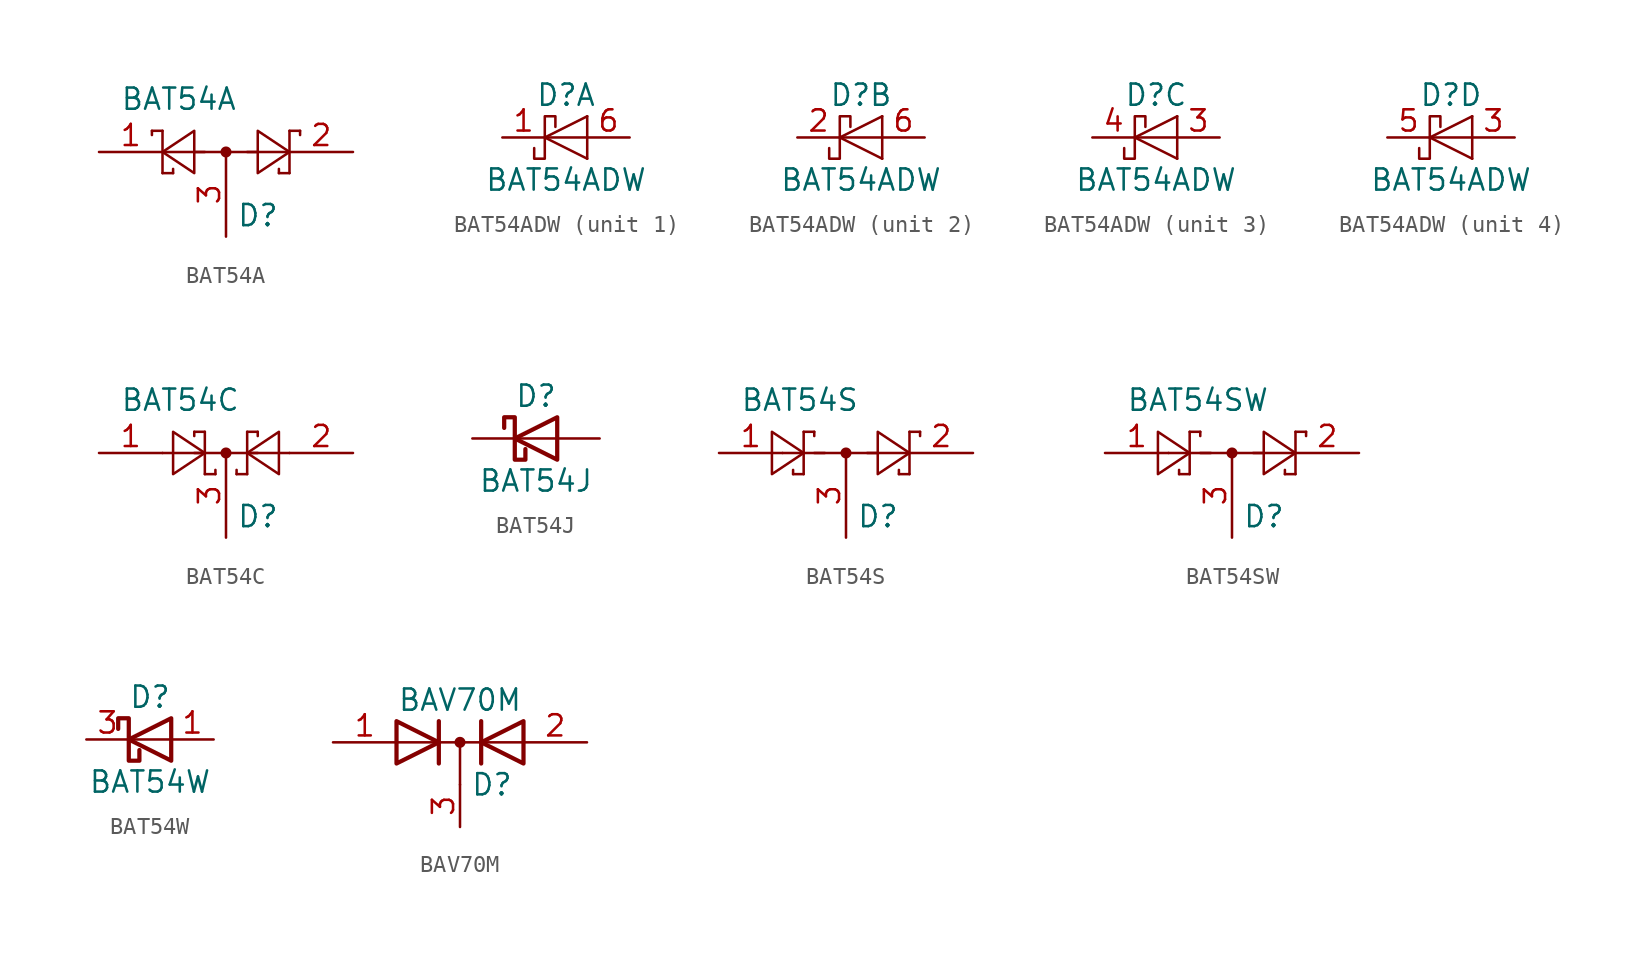
<source format=kicad_sym>
(kicad_symbol_lib
  (version 20211014)
  (generator kicad_symbol_editor)
  (symbol "BAT54A"
    (pin_names
      (offset 1.016))
    (property "Reference" "D"
      (at 0.635 -3.81 0)
      (effects (font (size 1.27 1.27)) (justify left)))
    (property "Value" "BAT54A"
      (at -6.35 3.175 0)
      (effects (font (size 1.27 1.27)) (justify left)))
    (symbol "BAT54A_0_1"
      (polyline (pts (xy -4.445 1.27) (xy -4.445 1.016)) (stroke (width 0) (type default) (color 0 0 0 0)) (fill (type none)))
      (polyline (pts (xy -3.81 -1.27) (xy -3.81 1.27)) (stroke (width 0) (type default) (color 0 0 0 0)) (fill (type none)))
      (polyline (pts (xy -3.81 -1.27) (xy -3.175 -1.27)) (stroke (width 0) (type default) (color 0 0 0 0)) (fill (type none)))
      (polyline (pts (xy -3.81 0) (xy -1.27 0)) (stroke (width 0) (type default) (color 0 0 0 0)) (fill (type none)))
      (polyline (pts (xy -3.81 1.27) (xy -4.445 1.27)) (stroke (width 0) (type default) (color 0 0 0 0)) (fill (type none)))
      (polyline (pts (xy -3.175 -1.27) (xy -3.175 -1.016)) (stroke (width 0) (type default) (color 0 0 0 0)) (fill (type none)))
      (polyline (pts (xy -1.905 0) (xy 1.905 0)) (stroke (width 0) (type default) (color 0 0 0 0)) (fill (type none)))
      (polyline (pts (xy 1.27 0) (xy 3.81 0)) (stroke (width 0) (type default) (color 0 0 0 0)) (fill (type none)))
      (polyline (pts (xy 3.175 -1.27) (xy 3.175 -1.016)) (stroke (width 0) (type default) (color 0 0 0 0)) (fill (type none)))
      (polyline (pts (xy 3.81 -1.27) (xy 3.175 -1.27)) (stroke (width 0) (type default) (color 0 0 0 0)) (fill (type none)))
      (polyline (pts (xy 3.81 -1.27) (xy 3.81 1.27)) (stroke (width 0) (type default) (color 0 0 0 0)) (fill (type none)))
      (polyline (pts (xy 3.81 1.27) (xy 4.445 1.27)) (stroke (width 0) (type default) (color 0 0 0 0)) (fill (type none)))
      (polyline (pts (xy 4.445 1.27) (xy 4.445 1.016)) (stroke (width 0) (type default) (color 0 0 0 0)) (fill (type none)))
      (polyline (pts (xy -1.905 1.27) (xy -1.905 -1.27) (xy -3.81 0) (xy -1.905 1.27)) (stroke (width 0) (type default) (color 0 0 0 0)) (fill (type none)))
      (polyline (pts (xy 1.905 1.27) (xy 1.905 -1.27) (xy 3.81 0) (xy 1.905 1.27)) (stroke (width 0) (type default) (color 0 0 0 0)) (fill (type none)))
      (circle (center 0 0) (radius 0.254) (stroke (width 0) (type default) (color 0 0 0 0)) (fill (type outline))))
    (symbol "BAT54A_1_1"
      (pin passive line (at -7.62 0 0) (length 3.81) (name "~" (effects (font (size 1.27 1.27)))) (number "1" (effects (font (size 1.27 1.27)))))
      (pin passive line (at 7.62 0 180) (length 3.81) (name "~" (effects (font (size 1.27 1.27)))) (number "2" (effects (font (size 1.27 1.27)))))
      (pin passive line (at 0 -5.08 90) (length 5.08) (name "~" (effects (font (size 1.27 1.27)))) (number "3" (effects (font (size 1.27 1.27)))))))
  (symbol "BAT54ADW"
    (pin_names
      (offset 1.016) hide)
    (property "Reference" "D"
      (at 0 2.54 0)
      (effects (font (size 1.27 1.27))))
    (property "Value" "BAT54ADW"
      (at 0 -2.54 0)
      (effects (font (size 1.27 1.27))))
    (symbol "BAT54ADW_0_1"
      (polyline (pts (xy 1.27 -1.27) (xy 1.27 1.27)) (stroke (width 0) (type default) (color 0 0 0 0)) (fill (type none)))
      (polyline (pts (xy 1.27 0) (xy -1.27 0)) (stroke (width 0) (type default) (color 0 0 0 0)) (fill (type none)))
      (polyline (pts (xy 1.27 1.27) (xy -1.27 0) (xy 1.27 -1.27)) (stroke (width 0) (type default) (color 0 0 0 0)) (fill (type none)))
      (polyline (pts (xy -0.635 0.635) (xy -0.635 1.27) (xy -1.27 1.27) (xy -1.27 -1.27) (xy -1.905 -1.27) (xy -1.905 -0.635)) (stroke (width 0) (type default) (color 0 0 0 0)) (fill (type none))))
    (symbol "BAT54ADW_1_1"
      (pin passive line (at -3.81 0 0) (length 2.54) (name "K" (effects (font (size 1.27 1.27)))) (number "1" (effects (font (size 1.27 1.27)))))
      (pin passive line (at 3.81 0 180) (length 2.54) (name "A" (effects (font (size 1.27 1.27)))) (number "6" (effects (font (size 1.27 1.27))))))
    (symbol "BAT54ADW_2_1"
      (pin passive line (at -3.81 0 0) (length 2.54) (name "K" (effects (font (size 1.27 1.27)))) (number "2" (effects (font (size 1.27 1.27)))))
      (pin passive line (at 3.81 0 180) (length 2.54) (name "A" (effects (font (size 1.27 1.27)))) (number "6" (effects (font (size 1.27 1.27))))))
    (symbol "BAT54ADW_3_1"
      (pin passive line (at 3.81 0 180) (length 2.54) (name "A" (effects (font (size 1.27 1.27)))) (number "3" (effects (font (size 1.27 1.27)))))
      (pin passive line (at -3.81 0 0) (length 2.54) (name "K" (effects (font (size 1.27 1.27)))) (number "4" (effects (font (size 1.27 1.27))))))
    (symbol "BAT54ADW_4_1"
      (pin passive line (at 3.81 0 180) (length 2.54) (name "A" (effects (font (size 1.27 1.27)))) (number "3" (effects (font (size 1.27 1.27)))))
      (pin passive line (at -3.81 0 0) (length 2.54) (name "K" (effects (font (size 1.27 1.27)))) (number "5" (effects (font (size 1.27 1.27)))))))
  (symbol "BAT54C"
    (pin_names
      (offset 1.016))
    (property "Reference" "D"
      (at 0.635 -3.81 0)
      (effects (font (size 1.27 1.27)) (justify left)))
    (property "Value" "BAT54C"
      (at -6.35 3.175 0)
      (effects (font (size 1.27 1.27)) (justify left)))
    (symbol "BAT54C_0_1"
      (polyline (pts (xy -1.905 0) (xy 1.905 0)) (stroke (width 0) (type default) (color 0 0 0 0)) (fill (type none)))
      (polyline (pts (xy -1.905 1.27) (xy -1.905 1.016)) (stroke (width 0) (type default) (color 0 0 0 0)) (fill (type none)))
      (polyline (pts (xy -1.27 -1.27) (xy -0.635 -1.27)) (stroke (width 0) (type default) (color 0 0 0 0)) (fill (type none)))
      (polyline (pts (xy -1.27 0) (xy -3.81 0)) (stroke (width 0) (type default) (color 0 0 0 0)) (fill (type none)))
      (polyline (pts (xy -1.27 1.27) (xy -1.905 1.27)) (stroke (width 0) (type default) (color 0 0 0 0)) (fill (type none)))
      (polyline (pts (xy -1.27 1.27) (xy -1.27 -1.27)) (stroke (width 0) (type default) (color 0 0 0 0)) (fill (type none)))
      (polyline (pts (xy -0.635 -1.27) (xy -0.635 -1.016)) (stroke (width 0) (type default) (color 0 0 0 0)) (fill (type none)))
      (polyline (pts (xy 0.635 -1.27) (xy 0.635 -1.016)) (stroke (width 0) (type default) (color 0 0 0 0)) (fill (type none)))
      (polyline (pts (xy 1.27 -1.27) (xy 0.635 -1.27)) (stroke (width 0) (type default) (color 0 0 0 0)) (fill (type none)))
      (polyline (pts (xy 1.27 1.27) (xy 1.27 -1.27)) (stroke (width 0) (type default) (color 0 0 0 0)) (fill (type none)))
      (polyline (pts (xy 1.27 1.27) (xy 1.905 1.27)) (stroke (width 0) (type default) (color 0 0 0 0)) (fill (type none)))
      (polyline (pts (xy 1.905 1.27) (xy 1.905 1.016)) (stroke (width 0) (type default) (color 0 0 0 0)) (fill (type none)))
      (polyline (pts (xy 3.81 0) (xy 1.27 0)) (stroke (width 0) (type default) (color 0 0 0 0)) (fill (type none)))
      (polyline (pts (xy -3.175 -1.27) (xy -3.175 1.27) (xy -1.27 0) (xy -3.175 -1.27)) (stroke (width 0) (type default) (color 0 0 0 0)) (fill (type none)))
      (polyline (pts (xy 3.175 -1.27) (xy 3.175 1.27) (xy 1.27 0) (xy 3.175 -1.27)) (stroke (width 0) (type default) (color 0 0 0 0)) (fill (type none)))
      (circle (center 0 0) (radius 0.254) (stroke (width 0) (type default) (color 0 0 0 0)) (fill (type outline))))
    (symbol "BAT54C_1_1"
      (pin passive line (at -7.62 0 0) (length 3.81) (name "~" (effects (font (size 1.27 1.27)))) (number "1" (effects (font (size 1.27 1.27)))))
      (pin passive line (at 7.62 0 180) (length 3.81) (name "~" (effects (font (size 1.27 1.27)))) (number "2" (effects (font (size 1.27 1.27)))))
      (pin passive line (at 0 -5.08 90) (length 5.08) (name "~" (effects (font (size 1.27 1.27)))) (number "3" (effects (font (size 1.27 1.27)))))))
  (symbol "BAT54J"
    (pin_numbers hide)
    (pin_names hide)
    (property "Reference" "D"
      (at 0 2.54 0)
      (effects (font (size 1.27 1.27))))
    (property "Value" "BAT54J"
      (at 0 -2.54 0)
      (effects (font (size 1.27 1.27))))
    (symbol "BAT54J_0_1"
      (polyline (pts (xy 1.27 0) (xy -1.27 0)) (stroke (width 0) (type default) (color 0 0 0 0)) (fill (type none)))
      (polyline (pts (xy 1.27 1.27) (xy 1.27 -1.27) (xy -1.27 0) (xy 1.27 1.27)) (stroke (width 0.254) (type default) (color 0 0 0 0)) (fill (type none)))
      (polyline (pts (xy -1.905 0.635) (xy -1.905 1.27) (xy -1.27 1.27) (xy -1.27 -1.27) (xy -0.635 -1.27) (xy -0.635 -0.635)) (stroke (width 0.254) (type default) (color 0 0 0 0)) (fill (type none))))
    (symbol "BAT54J_1_1"
      (pin passive line (at -3.81 0 0) (length 2.54) (name "K" (effects (font (size 1.27 1.27)))) (number "1" (effects (font (size 1.27 1.27)))))
      (pin passive line (at 3.81 0 180) (length 2.54) (name "A" (effects (font (size 1.27 1.27)))) (number "2" (effects (font (size 1.27 1.27)))))))
  (symbol "BAT54S"
    (pin_names
      (offset 1.016))
    (property "Reference" "D"
      (at 0.635 -3.81 0)
      (effects (font (size 1.27 1.27)) (justify left)))
    (property "Value" "BAT54S"
      (at -6.35 3.175 0)
      (effects (font (size 1.27 1.27)) (justify left)))
    (symbol "BAT54S_0_1"
      (polyline (pts (xy -3.81 0) (xy -1.27 0)) (stroke (width 0) (type default) (color 0 0 0 0)) (fill (type none)))
      (polyline (pts (xy -3.175 -1.27) (xy -3.175 -1.016)) (stroke (width 0) (type default) (color 0 0 0 0)) (fill (type none)))
      (polyline (pts (xy -2.54 -1.27) (xy -3.175 -1.27)) (stroke (width 0) (type default) (color 0 0 0 0)) (fill (type none)))
      (polyline (pts (xy -2.54 -1.27) (xy -2.54 1.27)) (stroke (width 0) (type default) (color 0 0 0 0)) (fill (type none)))
      (polyline (pts (xy -2.54 1.27) (xy -1.905 1.27)) (stroke (width 0) (type default) (color 0 0 0 0)) (fill (type none)))
      (polyline (pts (xy -1.905 0) (xy 1.905 0)) (stroke (width 0) (type default) (color 0 0 0 0)) (fill (type none)))
      (polyline (pts (xy -1.905 1.27) (xy -1.905 1.016)) (stroke (width 0) (type default) (color 0 0 0 0)) (fill (type none)))
      (polyline (pts (xy 1.27 0) (xy 3.81 0)) (stroke (width 0) (type default) (color 0 0 0 0)) (fill (type none)))
      (polyline (pts (xy 3.175 -1.27) (xy 3.175 -1.016)) (stroke (width 0) (type default) (color 0 0 0 0)) (fill (type none)))
      (polyline (pts (xy 3.81 -1.27) (xy 3.175 -1.27)) (stroke (width 0) (type default) (color 0 0 0 0)) (fill (type none)))
      (polyline (pts (xy 3.81 -1.27) (xy 3.81 1.27)) (stroke (width 0) (type default) (color 0 0 0 0)) (fill (type none)))
      (polyline (pts (xy 3.81 1.27) (xy 4.445 1.27)) (stroke (width 0) (type default) (color 0 0 0 0)) (fill (type none)))
      (polyline (pts (xy 4.445 1.27) (xy 4.445 1.016)) (stroke (width 0) (type default) (color 0 0 0 0)) (fill (type none)))
      (polyline (pts (xy -4.445 1.27) (xy -4.445 -1.27) (xy -2.54 0) (xy -4.445 1.27)) (stroke (width 0) (type default) (color 0 0 0 0)) (fill (type none)))
      (polyline (pts (xy 1.905 1.27) (xy 1.905 -1.27) (xy 3.81 0) (xy 1.905 1.27)) (stroke (width 0) (type default) (color 0 0 0 0)) (fill (type none)))
      (circle (center 0 0) (radius 0.254) (stroke (width 0) (type default) (color 0 0 0 0)) (fill (type outline))))
    (symbol "BAT54S_1_1"
      (pin passive line (at -7.62 0 0) (length 3.81) (name "~" (effects (font (size 1.27 1.27)))) (number "1" (effects (font (size 1.27 1.27)))))
      (pin passive line (at 7.62 0 180) (length 3.81) (name "~" (effects (font (size 1.27 1.27)))) (number "2" (effects (font (size 1.27 1.27)))))
      (pin passive line (at 0 -5.08 90) (length 5.08) (name "~" (effects (font (size 1.27 1.27)))) (number "3" (effects (font (size 1.27 1.27)))))))
  (symbol "BAT54SW"
    (pin_names
      (offset 1.016))
    (property "Reference" "D"
      (at 0.635 -3.81 0)
      (effects (font (size 1.27 1.27)) (justify left)))
    (property "Value" "BAT54SW"
      (at -6.35 3.175 0)
      (effects (font (size 1.27 1.27)) (justify left)))
    (symbol "BAT54SW_0_1"
      (polyline (pts (xy -3.81 0) (xy -1.27 0)) (stroke (width 0) (type default) (color 0 0 0 0)) (fill (type none)))
      (polyline (pts (xy -3.175 -1.27) (xy -3.175 -1.016)) (stroke (width 0) (type default) (color 0 0 0 0)) (fill (type none)))
      (polyline (pts (xy -2.54 -1.27) (xy -3.175 -1.27)) (stroke (width 0) (type default) (color 0 0 0 0)) (fill (type none)))
      (polyline (pts (xy -2.54 -1.27) (xy -2.54 1.27)) (stroke (width 0) (type default) (color 0 0 0 0)) (fill (type none)))
      (polyline (pts (xy -2.54 1.27) (xy -1.905 1.27)) (stroke (width 0) (type default) (color 0 0 0 0)) (fill (type none)))
      (polyline (pts (xy -1.905 0) (xy 1.905 0)) (stroke (width 0) (type default) (color 0 0 0 0)) (fill (type none)))
      (polyline (pts (xy -1.905 1.27) (xy -1.905 1.016)) (stroke (width 0) (type default) (color 0 0 0 0)) (fill (type none)))
      (polyline (pts (xy 1.27 0) (xy 3.81 0)) (stroke (width 0) (type default) (color 0 0 0 0)) (fill (type none)))
      (polyline (pts (xy 3.175 -1.27) (xy 3.175 -1.016)) (stroke (width 0) (type default) (color 0 0 0 0)) (fill (type none)))
      (polyline (pts (xy 3.81 -1.27) (xy 3.175 -1.27)) (stroke (width 0) (type default) (color 0 0 0 0)) (fill (type none)))
      (polyline (pts (xy 3.81 -1.27) (xy 3.81 1.27)) (stroke (width 0) (type default) (color 0 0 0 0)) (fill (type none)))
      (polyline (pts (xy 3.81 1.27) (xy 4.445 1.27)) (stroke (width 0) (type default) (color 0 0 0 0)) (fill (type none)))
      (polyline (pts (xy 4.445 1.27) (xy 4.445 1.016)) (stroke (width 0) (type default) (color 0 0 0 0)) (fill (type none)))
      (polyline (pts (xy -4.445 1.27) (xy -4.445 -1.27) (xy -2.54 0) (xy -4.445 1.27)) (stroke (width 0) (type default) (color 0 0 0 0)) (fill (type none)))
      (polyline (pts (xy 1.905 1.27) (xy 1.905 -1.27) (xy 3.81 0) (xy 1.905 1.27)) (stroke (width 0) (type default) (color 0 0 0 0)) (fill (type none)))
      (circle (center 0 0) (radius 0.254) (stroke (width 0) (type default) (color 0 0 0 0)) (fill (type outline))))
    (symbol "BAT54SW_1_1"
      (pin passive line (at -7.62 0 0) (length 3.81) (name "~" (effects (font (size 1.27 1.27)))) (number "1" (effects (font (size 1.27 1.27)))))
      (pin passive line (at 7.62 0 180) (length 3.81) (name "~" (effects (font (size 1.27 1.27)))) (number "2" (effects (font (size 1.27 1.27)))))
      (pin passive line (at 0 -5.08 90) (length 5.08) (name "~" (effects (font (size 1.27 1.27)))) (number "3" (effects (font (size 1.27 1.27)))))))
  (symbol "BAT54W"
    (pin_names
      (offset 1.016) hide)
    (property "Reference" "D"
      (at 0 2.54 0)
      (effects (font (size 1.27 1.27))))
    (property "Value" "BAT54W"
      (at 0 -2.54 0)
      (effects (font (size 1.27 1.27))))
    (symbol "BAT54W_0_1"
      (polyline (pts (xy 1.27 0) (xy -1.27 0)) (stroke (width 0) (type default) (color 0 0 0 0)) (fill (type none)))
      (polyline (pts (xy 1.27 1.27) (xy 1.27 -1.27) (xy -1.27 0) (xy 1.27 1.27)) (stroke (width 0.254) (type default) (color 0 0 0 0)) (fill (type none)))
      (polyline (pts (xy -1.905 0.635) (xy -1.905 1.27) (xy -1.27 1.27) (xy -1.27 -1.27) (xy -0.635 -1.27) (xy -0.635 -0.635)) (stroke (width 0.254) (type default) (color 0 0 0 0)) (fill (type none))))
    (symbol "BAT54W_1_1"
      (pin passive line (at 3.81 0 180) (length 2.54) (name "A" (effects (font (size 1.27 1.27)))) (number "1" (effects (font (size 1.27 1.27)))))
      (pin no_connect line (at 0 0 90) (length 2.54) hide (name "NC" (effects (font (size 1.27 1.27)))) (number "2" (effects (font (size 1.27 1.27)))))
      (pin passive line (at -3.81 0 0) (length 2.54) (name "K" (effects (font (size 1.27 1.27)))) (number "3" (effects (font (size 1.27 1.27)))))))
  (symbol "BAV70M"
    (pin_names
      (offset 0.762) hide)
    (property "Reference" "D"
      (at 0.635 -2.54 0)
      (effects (font (size 1.27 1.27)) (justify left)))
    (property "Value" "BAV70M"
      (at 0 2.54 0)
      (effects (font (size 1.27 1.27))))
    (symbol "BAV70M_0_1"
      (polyline (pts (xy -3.81 0) (xy 3.81 0)) (stroke (width 0) (type default) (color 0 0 0 0)) (fill (type none)))
      (polyline (pts (xy 0 0) (xy 0 -2.54)) (stroke (width 0) (type default) (color 0 0 0 0)) (fill (type none)))
      (polyline (pts (xy -1.27 -1.27) (xy -1.27 1.27) (xy -1.27 1.27)) (stroke (width 0.254) (type default) (color 0 0 0 0)) (fill (type none)))
      (polyline (pts (xy 1.27 -1.27) (xy 1.27 1.27) (xy 1.27 1.27)) (stroke (width 0.254) (type default) (color 0 0 0 0)) (fill (type none)))
      (polyline (pts (xy -3.81 1.27) (xy -1.27 0) (xy -3.81 -1.27) (xy -3.81 1.27) (xy -3.81 1.27) (xy -3.81 1.27)) (stroke (width 0.254) (type default) (color 0 0 0 0)) (fill (type none)))
      (polyline (pts (xy 3.81 -1.27) (xy 1.27 0) (xy 3.81 1.27) (xy 3.81 -1.27) (xy 3.81 -1.27) (xy 3.81 -1.27)) (stroke (width 0.254) (type default) (color 0 0 0 0)) (fill (type none)))
      (circle (center 0 0) (radius 0.254) (stroke (width 0) (type default) (color 0 0 0 0)) (fill (type outline)))
      (pin passive line (at -7.62 0 0) (length 3.81) (name "A" (effects (font (size 1.27 1.27)))) (number "1" (effects (font (size 1.27 1.27)))))
      (pin passive line (at 7.62 0 180) (length 3.81) (name "A" (effects (font (size 1.27 1.27)))) (number "2" (effects (font (size 1.27 1.27)))))
      (pin passive line (at 0 -5.08 90) (length 2.54) (name "K" (effects (font (size 1.27 1.27)))) (number "3" (effects (font (size 1.27 1.27))))))))
</source>
